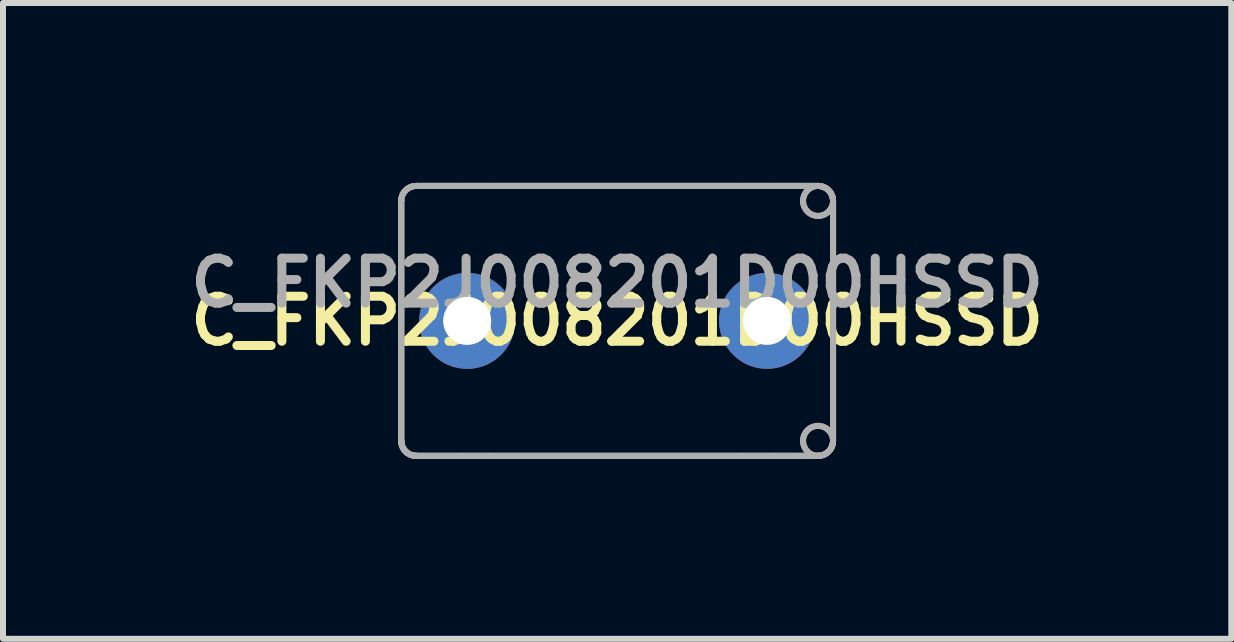
<source format=kicad_pcb>
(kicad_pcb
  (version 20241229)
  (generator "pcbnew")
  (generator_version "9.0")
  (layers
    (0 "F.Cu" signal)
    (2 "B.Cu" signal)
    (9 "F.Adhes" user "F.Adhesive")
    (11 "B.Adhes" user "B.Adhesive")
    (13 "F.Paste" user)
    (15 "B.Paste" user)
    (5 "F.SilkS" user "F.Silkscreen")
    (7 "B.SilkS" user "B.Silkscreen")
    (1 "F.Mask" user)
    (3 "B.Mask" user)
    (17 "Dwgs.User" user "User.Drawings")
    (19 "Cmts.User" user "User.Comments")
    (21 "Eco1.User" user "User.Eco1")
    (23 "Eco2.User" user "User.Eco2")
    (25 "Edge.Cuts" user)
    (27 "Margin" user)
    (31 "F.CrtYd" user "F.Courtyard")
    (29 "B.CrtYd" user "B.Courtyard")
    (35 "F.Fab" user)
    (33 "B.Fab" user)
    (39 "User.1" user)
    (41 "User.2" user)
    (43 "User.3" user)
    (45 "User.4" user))
  (footprint "C_FKP2J008201D00HSSD"
    (layer "F.Cu")
    (at 7.239 2.3)
    (property "Reference" "C_FKP2J008201D00HSSD" (at 0 0 0) (layer "F.SilkS") (effects (font (size 0.75 0.75) (thickness 0.15))))
    (attr through_hole)
    (fp_line (start -3.6 -2) (end -3.6 -2) (stroke (width 0.1) (type solid)) (layer "F.Fab"))
    (fp_line (start -3.6 -2) (end -3.6 -2) (stroke (width 0.1) (type solid)) (layer "F.Fab"))
    (fp_line (start -3.6 -2) (end -3.6 2) (stroke (width 0.1) (type solid)) (layer "F.Fab"))
    (fp_line (start -3.6 -2) (end -3.6 2) (stroke (width 0.1) (type solid)) (layer "F.Fab"))
    (fp_line (start -3.6 -2) (end -3.6 2) (stroke (width 0.1) (type solid)) (layer "F.Fab"))
    (fp_line (start -3.6 -2) (end -3.6 2) (stroke (width 0.1) (type solid)) (layer "F.Fab"))
    (fp_line (start -3.6 2) (end -3.6 2) (stroke (width 0.1) (type solid)) (layer "F.Fab"))
    (fp_line (start -3.6 2) (end -3.6 2) (stroke (width 0.1) (type solid)) (layer "F.Fab"))
    (fp_line (start -3.35 -2.25) (end -3.35 -2.25) (stroke (width 0.1) (type solid)) (layer "F.Fab"))
    (fp_line (start -3.35 -2.25) (end -3.35 -2.25) (stroke (width 0.1) (type solid)) (layer "F.Fab"))
    (fp_line (start -3.35 -2.25) (end 3.35 -2.25) (stroke (width 0.1) (type solid)) (layer "F.Fab"))
    (fp_line (start -3.35 -2.25) (end 3.35 -2.25) (stroke (width 0.1) (type solid)) (layer "F.Fab"))
    (fp_line (start -3.35 2.25) (end -3.35 2.25) (stroke (width 0.1) (type solid)) (layer "F.Fab"))
    (fp_line (start -3.35 2.25) (end -3.35 2.25) (stroke (width 0.1) (type solid)) (layer "F.Fab"))
    (fp_line (start -3.35 2.25) (end 3.35 2.25) (stroke (width 0.1) (type solid)) (layer "F.Fab"))
    (fp_line (start -3.35 2.25) (end 3.35 2.25) (stroke (width 0.1) (type solid)) (layer "F.Fab"))
    (fp_line (start -2.6 -2.25) (end -3.35 -2.25) (stroke (width 0.1) (type solid)) (layer "F.Fab"))
    (fp_line (start -2.6 -2.25) (end -3.35 -2.25) (stroke (width 0.1) (type solid)) (layer "F.Fab"))
    (fp_line (start -2.6 2.25) (end -3.35 2.25) (stroke (width 0.1) (type solid)) (layer "F.Fab"))
    (fp_line (start -2.6 2.25) (end -3.35 2.25) (stroke (width 0.1) (type solid)) (layer "F.Fab"))
    (fp_line (start -2.1 -2.25) (end -2.6 -2.25) (stroke (width 0.1) (type solid)) (layer "F.Fab"))
    (fp_line (start -2.1 -2.25) (end -2.6 -2.25) (stroke (width 0.1) (type solid)) (layer "F.Fab"))
    (fp_line (start -2.1 2.25) (end -2.6 2.25) (stroke (width 0.1) (type solid)) (layer "F.Fab"))
    (fp_line (start -2.1 2.25) (end -2.6 2.25) (stroke (width 0.1) (type solid)) (layer "F.Fab"))
    (fp_line (start 2.1 -2.25) (end -2.1 -2.25) (stroke (width 0.1) (type solid)) (layer "F.Fab"))
    (fp_line (start 2.1 -2.25) (end -2.1 -2.25) (stroke (width 0.1) (type solid)) (layer "F.Fab"))
    (fp_line (start 2.1 2.25) (end -2.1 2.25) (stroke (width 0.1) (type solid)) (layer "F.Fab"))
    (fp_line (start 2.1 2.25) (end -2.1 2.25) (stroke (width 0.1) (type solid)) (layer "F.Fab"))
    (fp_line (start 2.6 -2.25) (end 2.1 -2.25) (stroke (width 0.1) (type solid)) (layer "F.Fab"))
    (fp_line (start 2.6 -2.25) (end 2.1 -2.25) (stroke (width 0.1) (type solid)) (layer "F.Fab"))
    (fp_line (start 2.6 2.25) (end 2.1 2.25) (stroke (width 0.1) (type solid)) (layer "F.Fab"))
    (fp_line (start 2.6 2.25) (end 2.1 2.25) (stroke (width 0.1) (type solid)) (layer "F.Fab"))
    (fp_line (start 3.35 -2.25) (end 2.6 -2.25) (stroke (width 0.1) (type solid)) (layer "F.Fab"))
    (fp_line (start 3.35 -2.25) (end 2.6 -2.25) (stroke (width 0.1) (type solid)) (layer "F.Fab"))
    (fp_line (start 3.35 -2.25) (end 3.35 -2.25) (stroke (width 0.1) (type solid)) (layer "F.Fab"))
    (fp_line (start 3.35 -2.25) (end 3.35 -2.25) (stroke (width 0.1) (type solid)) (layer "F.Fab"))
    (fp_line (start 3.35 2.25) (end 2.6 2.25) (stroke (width 0.1) (type solid)) (layer "F.Fab"))
    (fp_line (start 3.35 2.25) (end 2.6 2.25) (stroke (width 0.1) (type solid)) (layer "F.Fab"))
    (fp_line (start 3.35 2.25) (end 3.35 2.25) (stroke (width 0.1) (type solid)) (layer "F.Fab"))
    (fp_line (start 3.35 2.25) (end 3.35 2.25) (stroke (width 0.1) (type solid)) (layer "F.Fab"))
    (fp_line (start 3.6 -2) (end 3.6 -2) (stroke (width 0.1) (type solid)) (layer "F.Fab"))
    (fp_line (start 3.6 -2) (end 3.6 -2) (stroke (width 0.1) (type solid)) (layer "F.Fab"))
    (fp_line (start 3.6 -2) (end 3.6 2) (stroke (width 0.1) (type solid)) (layer "F.Fab"))
    (fp_line (start 3.6 -2) (end 3.6 2) (stroke (width 0.1) (type solid)) (layer "F.Fab"))
    (fp_line (start 3.6 -2) (end 3.6 2) (stroke (width 0.1) (type solid)) (layer "F.Fab"))
    (fp_line (start 3.6 -2) (end 3.6 2) (stroke (width 0.1) (type solid)) (layer "F.Fab"))
    (fp_line (start 3.6 2) (end 3.6 2) (stroke (width 0.1) (type solid)) (layer "F.Fab"))
    (fp_line (start 3.6 2) (end 3.6 2) (stroke (width 0.1) (type solid)) (layer "F.Fab"))
    (fp_arc (start -3.6 -2) (mid -3.526777 -2.176777) (end -3.35 -2.25) (stroke (width 0.1) (type solid)) (layer "F.Fab"))
    (fp_arc (start -3.6 -2) (mid -3.526777 -2.176777) (end -3.35 -2.25) (stroke (width 0.1) (type solid)) (layer "F.Fab"))
    (fp_arc (start -3.6 -2) (mid -3.526777 -2.176777) (end -3.35 -2.25) (stroke (width 0.1) (type solid)) (layer "F.Fab"))
    (fp_arc (start -3.6 -2) (mid -3.526777 -2.176777) (end -3.35 -2.25) (stroke (width 0.1) (type solid)) (layer "F.Fab"))
    (fp_arc (start -3.35 2.25) (mid -3.526777 2.176777) (end -3.6 2) (stroke (width 0.1) (type solid)) (layer "F.Fab"))
    (fp_arc (start -3.35 2.25) (mid -3.526777 2.176777) (end -3.6 2) (stroke (width 0.1) (type solid)) (layer "F.Fab"))
    (fp_arc (start -3.35 2.25) (mid -3.526777 2.176777) (end -3.6 2) (stroke (width 0.1) (type solid)) (layer "F.Fab"))
    (fp_arc (start -3.35 2.25) (mid -3.526777 2.176777) (end -3.6 2) (stroke (width 0.1) (type solid)) (layer "F.Fab"))
    (fp_arc (start -3.35 2.25) (mid -3.526777 2.176777) (end -3.6 2) (stroke (width 0.1) (type solid)) (layer "F.Fab"))
    (fp_arc (start -3.35 2.25) (mid -3.526777 2.176777) (end -3.6 2) (stroke (width 0.1) (type solid)) (layer "F.Fab"))
    (fp_arc (start 3.35 -2.25) (mid 3.526777 -2.176777) (end 3.6 -2) (stroke (width 0.1) (type solid)) (layer "F.Fab"))
    (fp_arc (start 3.35 -2.25) (mid 3.526777 -2.176777) (end 3.6 -2) (stroke (width 0.1) (type solid)) (layer "F.Fab"))
    (fp_arc (start 3.35 -2.25) (mid 3.526777 -2.176777) (end 3.6 -2) (stroke (width 0.1) (type solid)) (layer "F.Fab"))
    (fp_arc (start 3.35 -2.25) (mid 3.526777 -2.176777) (end 3.6 -2) (stroke (width 0.1) (type solid)) (layer "F.Fab"))
    (fp_arc (start 3.6 -2) (mid 3.1 -2) (end 3.6 -2) (stroke (width 0.1) (type solid)) (layer "F.Fab"))
    (fp_arc (start 3.6 -2) (mid 3.1 -2) (end 3.6 -2) (stroke (width 0.1) (type solid)) (layer "F.Fab"))
    (fp_arc (start 3.6 2) (mid 3.526777 2.176777) (end 3.35 2.25) (stroke (width 0.1) (type solid)) (layer "F.Fab"))
    (fp_arc (start 3.6 2) (mid 3.526777 2.176777) (end 3.35 2.25) (stroke (width 0.1) (type solid)) (layer "F.Fab"))
    (fp_arc (start 3.6 2) (mid 3.526777 2.176777) (end 3.35 2.25) (stroke (width 0.1) (type solid)) (layer "F.Fab"))
    (fp_arc (start 3.6 2) (mid 3.526777 2.176777) (end 3.35 2.25) (stroke (width 0.1) (type solid)) (layer "F.Fab"))
    (fp_arc (start 3.6 2) (mid 3.1 2) (end 3.6 2) (stroke (width 0.1) (type solid)) (layer "F.Fab"))
    (fp_arc (start 3.6 2) (mid 3.1 2) (end 3.6 2) (stroke (width 0.1) (type solid)) (layer "F.Fab"))
    (fp_text user "${REFERENCE}" (at 0 -0.635 0) (layer "F.Fab") (effects (font (size 0.75 0.75) (thickness 0.15))))
    (pad "" connect circle (at -2.5 0) (size 0.8 0.8) (layers "F.Mask"))
    (pad "" connect circle (at 2.5 0) (size 0.8 0.8) (layers "F.Mask"))
    (pad "1" thru_hole circle (at -2.5 0) (size 1.6 1.6) (drill 0.8) (layers "B.Cu" "B.Mask"))
    (pad "2" thru_hole circle (at 2.5 0) (size 1.6 1.6) (drill 0.8) (layers "B.Cu" "B.Mask")))
  (gr_rect
    (start -3 -3)
    (end 17.479 7.6)
    (stroke (width 0.1) (type default))
    (fill no)
    (layer "Edge.Cuts")))
</source>
